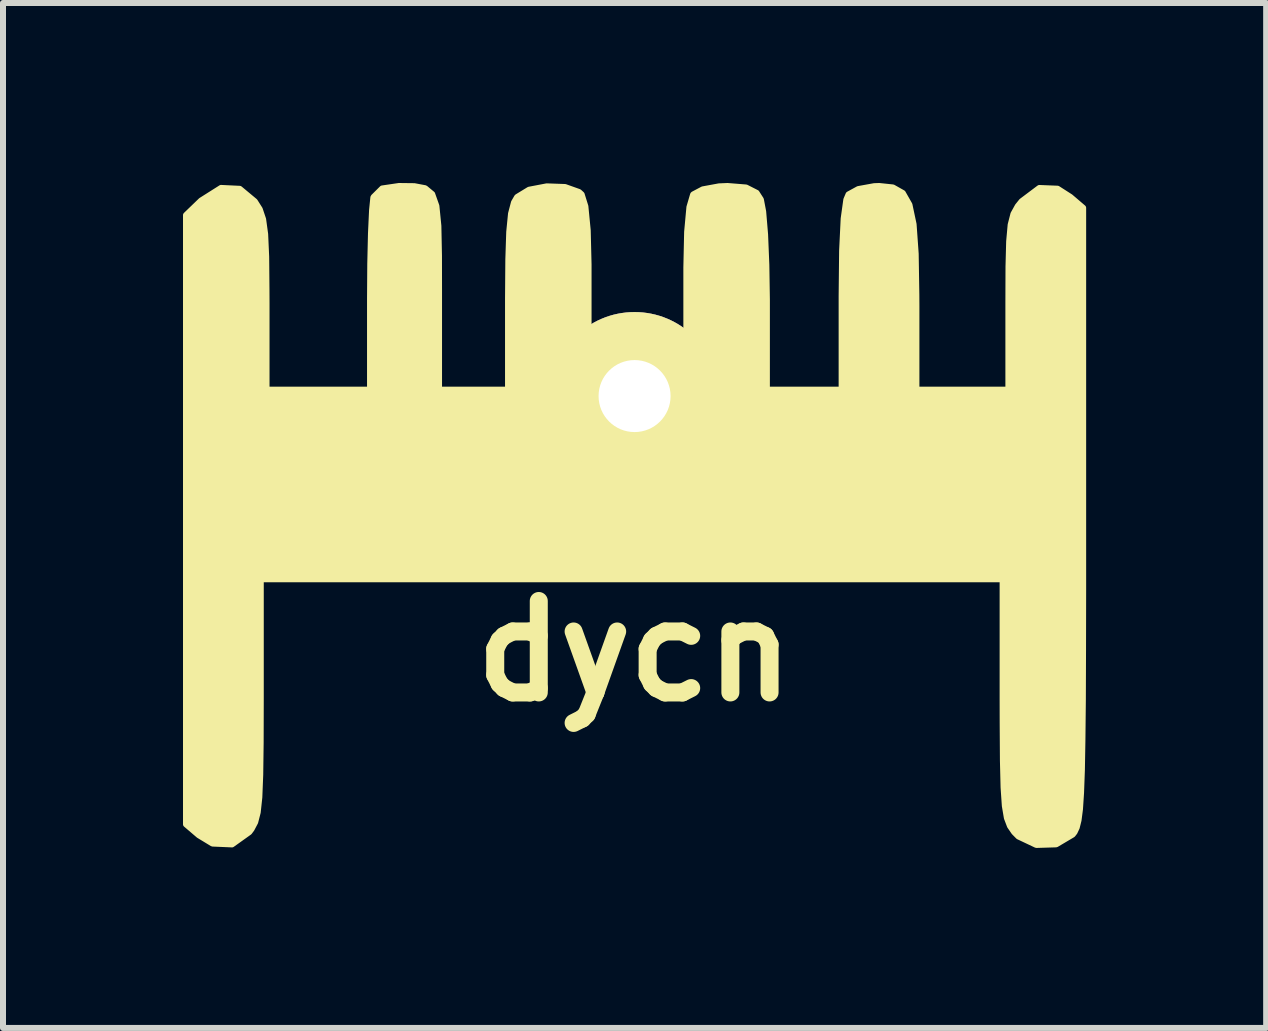
<source format=kicad_pcb>
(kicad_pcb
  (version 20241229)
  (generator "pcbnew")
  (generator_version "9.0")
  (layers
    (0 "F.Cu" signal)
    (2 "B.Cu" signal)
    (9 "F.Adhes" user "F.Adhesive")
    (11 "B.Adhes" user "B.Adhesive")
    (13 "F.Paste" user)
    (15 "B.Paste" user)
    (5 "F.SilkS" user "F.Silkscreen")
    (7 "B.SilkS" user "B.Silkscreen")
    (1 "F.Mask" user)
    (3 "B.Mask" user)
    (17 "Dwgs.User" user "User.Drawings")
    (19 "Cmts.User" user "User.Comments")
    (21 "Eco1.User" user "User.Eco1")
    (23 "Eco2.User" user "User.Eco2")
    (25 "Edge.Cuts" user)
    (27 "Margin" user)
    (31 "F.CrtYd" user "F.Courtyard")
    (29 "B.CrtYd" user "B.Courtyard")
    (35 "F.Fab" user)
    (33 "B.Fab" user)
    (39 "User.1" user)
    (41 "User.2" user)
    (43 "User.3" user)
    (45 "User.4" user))
  (footprint "dycn"
    (layer "F.Cu")
    (at 7.526 5.551)
    (property "Reference" "dycn" (at 0 2.25 0) (layer "F.SilkS") (effects (font (size 1.524 1.524) (thickness 0.3))))
    (attr through_hole)
    (fp_poly (pts (xy 7.476 -0.012) (xy 7.476 1.221) (xy 7.474 2.241) (xy 7.471 3.068) (xy 7.464 3.725) (xy 7.455 4.233) (xy 7.441 4.612) (xy 7.423 4.884) (xy 7.399 5.069) (xy 7.369 5.19) (xy 7.333 5.267) (xy 7.301 5.308) (xy 7.026 5.471) (xy 6.696 5.481) (xy 6.398 5.34) (xy 6.326 5.267) (xy 6.256 5.165) (xy 6.205 5.031) (xy 6.171 4.83) (xy 6.15 4.525) (xy 6.139 4.078) (xy 6.135 3.452) (xy 6.134 3.043) (xy 6.134 1.053) (xy -0.048 1.053) (xy -6.23 1.053) (xy -6.23 3.043) (xy -6.232 3.776) (xy -6.239 4.311) (xy -6.254 4.686) (xy -6.281 4.937) (xy -6.323 5.101) (xy -6.383 5.215) (xy -6.422 5.267) (xy -6.709 5.472) (xy -7.034 5.458) (xy -7.263 5.319) (xy -7.476 5.137) (xy -7.476 0.06) (xy -7.476 -5.016) (xy -7.224 -5.259) (xy -6.892 -5.469) (xy -6.581 -5.454) (xy -6.33 -5.245) (xy -6.247 -5.114) (xy -6.191 -4.947) (xy -6.157 -4.699) (xy -6.14 -4.324) (xy -6.135 -3.776) (xy -6.134 -3.548) (xy -6.134 -2.107) (xy -5.272 -2.107) (xy -4.409 -2.107) (xy -4.409 -3.619) (xy -4.405 -4.204) (xy -4.393 -4.714) (xy -4.375 -5.099) (xy -4.354 -5.306) (xy -4.351 -5.316) (xy -4.206 -5.46) (xy -3.927 -5.501) (xy -3.671 -5.498) (xy -3.491 -5.464) (xy -3.373 -5.366) (xy -3.303 -5.168) (xy -3.27 -4.836) (xy -3.26 -4.335) (xy -3.259 -3.733) (xy -3.259 -2.107) (xy -2.684 -2.107) (xy -2.109 -2.107) (xy -2.109 -3.62) (xy -2.104 -4.275) (xy -2.089 -4.736) (xy -2.059 -5.04) (xy -2.01 -5.227) (xy -1.958 -5.317) (xy -1.758 -5.439) (xy -1.464 -5.495) (xy -1.159 -5.484) (xy -0.926 -5.401) (xy -0.882 -5.361) (xy -0.82 -5.162) (xy -0.781 -4.762) (xy -0.767 -4.193) (xy -0.767 -3.166) (xy -0.455 -2.973) (xy -0.213 -2.817) (xy -0.115 -2.699) (xy -0.135 -2.542) (xy -0.242 -2.292) (xy -0.349 -2.006) (xy -0.353 -1.824) (xy -0.294 -1.706) (xy -0.072 -1.545) (xy 0.211 -1.555) (xy 0.435 -1.686) (xy 0.547 -1.806) (xy 0.567 -1.937) (xy 0.497 -2.163) (xy 0.453 -2.275) (xy 0.335 -2.59) (xy 0.308 -2.761) (xy 0.386 -2.856) (xy 0.575 -2.944) (xy 0.863 -3.066) (xy 0.863 -4.143) (xy 0.876 -4.736) (xy 0.914 -5.149) (xy 0.975 -5.357) (xy 0.978 -5.361) (xy 1.137 -5.445) (xy 1.408 -5.495) (xy 1.549 -5.501) (xy 1.858 -5.476) (xy 2.033 -5.387) (xy 2.105 -5.275) (xy 2.143 -5.075) (xy 2.175 -4.694) (xy 2.196 -4.187) (xy 2.205 -3.607) (xy 2.205 -3.578) (xy 2.205 -2.107) (xy 2.828 -2.107) (xy 3.451 -2.107) (xy 3.451 -3.664) (xy 3.459 -4.424) (xy 3.485 -4.958) (xy 3.529 -5.273) (xy 3.566 -5.361) (xy 3.729 -5.45) (xy 3.994 -5.498) (xy 4.077 -5.501) (xy 4.305 -5.477) (xy 4.47 -5.384) (xy 4.581 -5.189) (xy 4.65 -4.863) (xy 4.685 -4.372) (xy 4.696 -3.686) (xy 4.697 -3.506) (xy 4.697 -2.107) (xy 5.463 -2.107) (xy 6.23 -2.107) (xy 6.23 -3.55) (xy 6.232 -4.158) (xy 6.243 -4.577) (xy 6.268 -4.855) (xy 6.314 -5.035) (xy 6.386 -5.165) (xy 6.452 -5.247) (xy 6.746 -5.468) (xy 7.049 -5.456) (xy 7.263 -5.319) (xy 7.476 -5.137) (xy 7.476 -0.012)) (stroke (width 0.1) (type solid)) (fill yes) (layer "F.SilkS"))
    (pad "1" thru_hole circle (at 0 -2) (size 2.8 2.8) (drill 1.2) (layers "*.Cu" "*.Mask" "F.SilkS")))
  (gr_rect
    (start -3 -3)
    (end 18.052 14.082)
    (stroke (width 0.1) (type default))
    (fill no)
    (layer "Edge.Cuts")))
</source>
